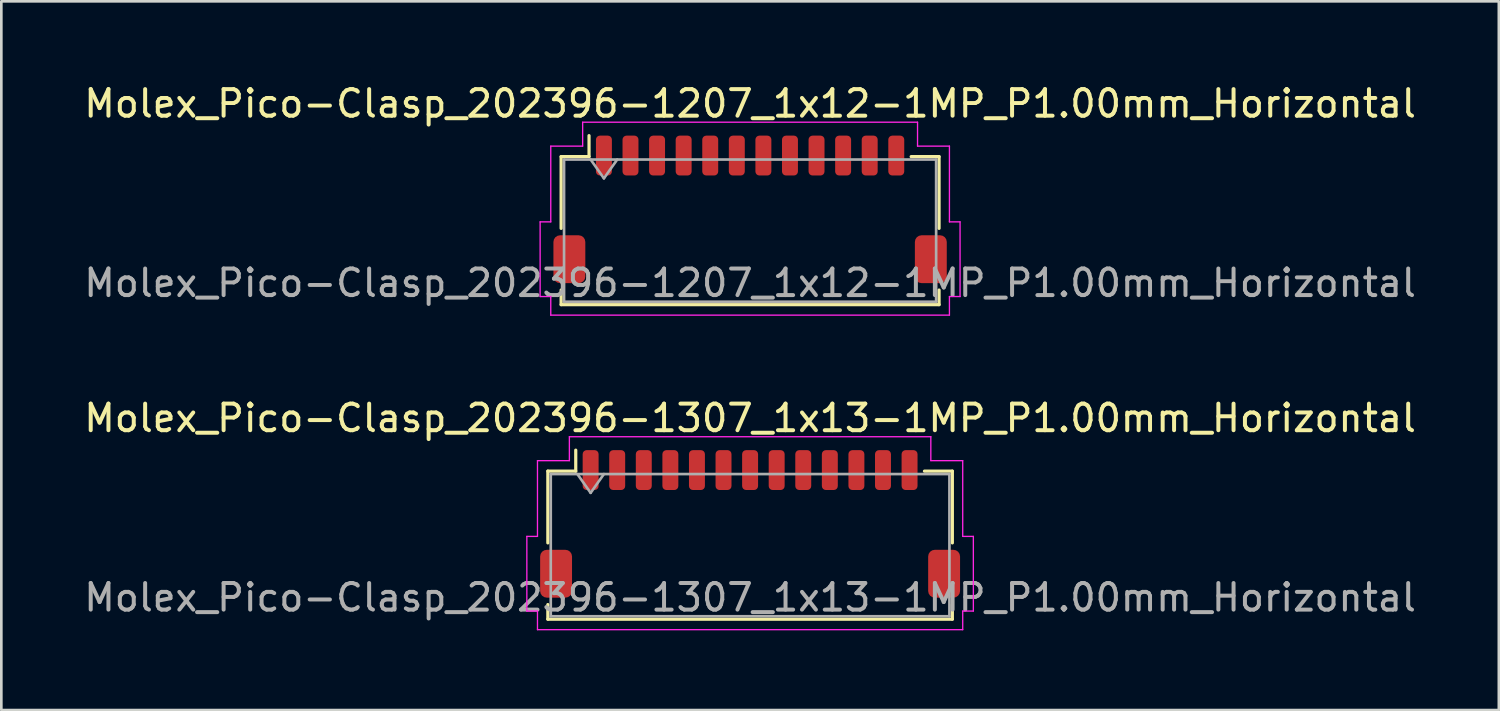
<source format=kicad_pcb>
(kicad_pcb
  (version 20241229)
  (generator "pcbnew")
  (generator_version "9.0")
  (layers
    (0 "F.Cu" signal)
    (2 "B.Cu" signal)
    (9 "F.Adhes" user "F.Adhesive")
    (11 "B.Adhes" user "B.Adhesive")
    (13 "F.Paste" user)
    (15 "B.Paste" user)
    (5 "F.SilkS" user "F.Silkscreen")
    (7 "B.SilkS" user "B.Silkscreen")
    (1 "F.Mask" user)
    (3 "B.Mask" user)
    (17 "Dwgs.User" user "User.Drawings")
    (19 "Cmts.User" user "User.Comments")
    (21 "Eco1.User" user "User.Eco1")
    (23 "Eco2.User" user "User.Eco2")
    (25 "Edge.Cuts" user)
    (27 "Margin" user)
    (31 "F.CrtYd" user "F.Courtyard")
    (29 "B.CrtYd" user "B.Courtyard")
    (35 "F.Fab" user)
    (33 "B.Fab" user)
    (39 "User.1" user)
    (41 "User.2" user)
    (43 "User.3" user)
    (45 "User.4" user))
  (footprint "Molex_Pico-Clasp_202396-1207_1x12-1MP_P1.00mm_Horizontal"
    (layer "F.Cu")
    (at 25.173 4.828)
    (property "Reference" "Molex_Pico-Clasp_202396-1207_1x12-1MP_P1.00mm_Horizontal" (at 0 -3.98 0) (layer "F.SilkS") (effects (font (size 1 1) (thickness 0.15))))
    (attr smd)
    (fp_line (start -7.11 -1.985) (end -6.06 -1.985) (stroke (width 0.12) (type solid)) (layer "F.SilkS"))
    (fp_line (start -7.11 0.715) (end -7.11 -1.985) (stroke (width 0.12) (type solid)) (layer "F.SilkS"))
    (fp_line (start -7.11 3.035) (end -7.11 3.585) (stroke (width 0.12) (type solid)) (layer "F.SilkS"))
    (fp_line (start -7.11 3.585) (end 7.11 3.585) (stroke (width 0.12) (type solid)) (layer "F.SilkS"))
    (fp_line (start -6.06 -1.985) (end -6.06 -2.775) (stroke (width 0.12) (type solid)) (layer "F.SilkS"))
    (fp_line (start 7.11 -1.985) (end 6.06 -1.985) (stroke (width 0.12) (type solid)) (layer "F.SilkS"))
    (fp_line (start 7.11 0.715) (end 7.11 -1.985) (stroke (width 0.12) (type solid)) (layer "F.SilkS"))
    (fp_line (start 7.11 3.585) (end 7.11 3.035) (stroke (width 0.12) (type solid)) (layer "F.SilkS"))
    (fp_line (start -7.9 0.47) (end -7.5 0.47) (stroke (width 0.05) (type solid)) (layer "F.CrtYd"))
    (fp_line (start -7.9 3.28) (end -7.9 0.47) (stroke (width 0.05) (type solid)) (layer "F.CrtYd"))
    (fp_line (start -7.5 -2.38) (end -6.3 -2.38) (stroke (width 0.05) (type solid)) (layer "F.CrtYd"))
    (fp_line (start -7.5 0.47) (end -7.5 -2.38) (stroke (width 0.05) (type solid)) (layer "F.CrtYd"))
    (fp_line (start -7.5 3.28) (end -7.9 3.28) (stroke (width 0.05) (type solid)) (layer "F.CrtYd"))
    (fp_line (start -7.5 3.98) (end -7.5 3.28) (stroke (width 0.05) (type solid)) (layer "F.CrtYd"))
    (fp_line (start -6.3 -3.28) (end 6.3 -3.28) (stroke (width 0.05) (type solid)) (layer "F.CrtYd"))
    (fp_line (start -6.3 -2.38) (end -6.3 -3.28) (stroke (width 0.05) (type solid)) (layer "F.CrtYd"))
    (fp_line (start 6.3 -3.28) (end 6.3 -2.38) (stroke (width 0.05) (type solid)) (layer "F.CrtYd"))
    (fp_line (start 6.3 -2.38) (end 7.5 -2.38) (stroke (width 0.05) (type solid)) (layer "F.CrtYd"))
    (fp_line (start 7.5 -2.38) (end 7.5 0.47) (stroke (width 0.05) (type solid)) (layer "F.CrtYd"))
    (fp_line (start 7.5 0.47) (end 7.9 0.47) (stroke (width 0.05) (type solid)) (layer "F.CrtYd"))
    (fp_line (start 7.5 3.28) (end 7.5 3.98) (stroke (width 0.05) (type solid)) (layer "F.CrtYd"))
    (fp_line (start 7.5 3.98) (end -7.5 3.98) (stroke (width 0.05) (type solid)) (layer "F.CrtYd"))
    (fp_line (start 7.9 0.47) (end 7.9 3.28) (stroke (width 0.05) (type solid)) (layer "F.CrtYd"))
    (fp_line (start 7.9 3.28) (end 7.5 3.28) (stroke (width 0.05) (type solid)) (layer "F.CrtYd"))
    (fp_line (start -7 -1.875) (end -7 3.475) (stroke (width 0.1) (type solid)) (layer "F.Fab"))
    (fp_line (start -7 -1.875) (end 7 -1.875) (stroke (width 0.1) (type solid)) (layer "F.Fab"))
    (fp_line (start -7 3.475) (end 7 3.475) (stroke (width 0.1) (type solid)) (layer "F.Fab"))
    (fp_line (start -6 -1.875) (end -5.5 -1.168) (stroke (width 0.1) (type solid)) (layer "F.Fab"))
    (fp_line (start -5.5 -1.168) (end -5 -1.875) (stroke (width 0.1) (type solid)) (layer "F.Fab"))
    (fp_line (start 7 -1.875) (end 7 3.475) (stroke (width 0.1) (type solid)) (layer "F.Fab"))
    (fp_text user "${REFERENCE}" (at 0 2.77 0) (layer "F.Fab") (effects (font (size 1 1) (thickness 0.15))))
    (pad "1" smd roundrect (at -5.5 -2.025) (size 0.6 1.5) (layers "F.Cu" "F.Mask" "F.Paste") (roundrect_rratio 0.25))
    (pad "2" smd roundrect (at -4.5 -2.025) (size 0.6 1.5) (layers "F.Cu" "F.Mask" "F.Paste") (roundrect_rratio 0.25))
    (pad "3" smd roundrect (at -3.5 -2.025) (size 0.6 1.5) (layers "F.Cu" "F.Mask" "F.Paste") (roundrect_rratio 0.25))
    (pad "4" smd roundrect (at -2.5 -2.025) (size 0.6 1.5) (layers "F.Cu" "F.Mask" "F.Paste") (roundrect_rratio 0.25))
    (pad "5" smd roundrect (at -1.5 -2.025) (size 0.6 1.5) (layers "F.Cu" "F.Mask" "F.Paste") (roundrect_rratio 0.25))
    (pad "6" smd roundrect (at -0.5 -2.025) (size 0.6 1.5) (layers "F.Cu" "F.Mask" "F.Paste") (roundrect_rratio 0.25))
    (pad "7" smd roundrect (at 0.5 -2.025) (size 0.6 1.5) (layers "F.Cu" "F.Mask" "F.Paste") (roundrect_rratio 0.25))
    (pad "8" smd roundrect (at 1.5 -2.025) (size 0.6 1.5) (layers "F.Cu" "F.Mask" "F.Paste") (roundrect_rratio 0.25))
    (pad "9" smd roundrect (at 2.5 -2.025) (size 0.6 1.5) (layers "F.Cu" "F.Mask" "F.Paste") (roundrect_rratio 0.25))
    (pad "10" smd roundrect (at 3.5 -2.025) (size 0.6 1.5) (layers "F.Cu" "F.Mask" "F.Paste") (roundrect_rratio 0.25))
    (pad "11" smd roundrect (at 4.5 -2.025) (size 0.6 1.5) (layers "F.Cu" "F.Mask" "F.Paste") (roundrect_rratio 0.25))
    (pad "12" smd roundrect (at 5.5 -2.025) (size 0.6 1.5) (layers "F.Cu" "F.Mask" "F.Paste") (roundrect_rratio 0.25))
    (pad "MP" smd roundrect (at -6.8 1.875) (size 1.2 1.8) (layers "F.Cu" "F.Mask" "F.Paste") (roundrect_rratio 0.208))
    (pad "MP" smd roundrect (at 6.8 1.875) (size 1.2 1.8) (layers "F.Cu" "F.Mask" "F.Paste") (roundrect_rratio 0.208)))
  (footprint "Molex_Pico-Clasp_202396-1307_1x13-1MP_P1.00mm_Horizontal"
    (layer "F.Cu")
    (at 25.173 16.662)
    (property "Reference" "Molex_Pico-Clasp_202396-1307_1x13-1MP_P1.00mm_Horizontal" (at 0 -3.98 0) (layer "F.SilkS") (effects (font (size 1 1) (thickness 0.15))))
    (attr smd)
    (fp_line (start -7.61 -1.985) (end -6.56 -1.985) (stroke (width 0.12) (type solid)) (layer "F.SilkS"))
    (fp_line (start -7.61 0.715) (end -7.61 -1.985) (stroke (width 0.12) (type solid)) (layer "F.SilkS"))
    (fp_line (start -7.61 3.035) (end -7.61 3.585) (stroke (width 0.12) (type solid)) (layer "F.SilkS"))
    (fp_line (start -7.61 3.585) (end 7.61 3.585) (stroke (width 0.12) (type solid)) (layer "F.SilkS"))
    (fp_line (start -6.56 -1.985) (end -6.56 -2.775) (stroke (width 0.12) (type solid)) (layer "F.SilkS"))
    (fp_line (start 7.61 -1.985) (end 6.56 -1.985) (stroke (width 0.12) (type solid)) (layer "F.SilkS"))
    (fp_line (start 7.61 0.715) (end 7.61 -1.985) (stroke (width 0.12) (type solid)) (layer "F.SilkS"))
    (fp_line (start 7.61 3.585) (end 7.61 3.035) (stroke (width 0.12) (type solid)) (layer "F.SilkS"))
    (fp_line (start -8.4 0.47) (end -8 0.47) (stroke (width 0.05) (type solid)) (layer "F.CrtYd"))
    (fp_line (start -8.4 3.28) (end -8.4 0.47) (stroke (width 0.05) (type solid)) (layer "F.CrtYd"))
    (fp_line (start -8 -2.38) (end -6.8 -2.38) (stroke (width 0.05) (type solid)) (layer "F.CrtYd"))
    (fp_line (start -8 0.47) (end -8 -2.38) (stroke (width 0.05) (type solid)) (layer "F.CrtYd"))
    (fp_line (start -8 3.28) (end -8.4 3.28) (stroke (width 0.05) (type solid)) (layer "F.CrtYd"))
    (fp_line (start -8 3.98) (end -8 3.28) (stroke (width 0.05) (type solid)) (layer "F.CrtYd"))
    (fp_line (start -6.8 -3.28) (end 6.8 -3.28) (stroke (width 0.05) (type solid)) (layer "F.CrtYd"))
    (fp_line (start -6.8 -2.38) (end -6.8 -3.28) (stroke (width 0.05) (type solid)) (layer "F.CrtYd"))
    (fp_line (start 6.8 -3.28) (end 6.8 -2.38) (stroke (width 0.05) (type solid)) (layer "F.CrtYd"))
    (fp_line (start 6.8 -2.38) (end 8 -2.38) (stroke (width 0.05) (type solid)) (layer "F.CrtYd"))
    (fp_line (start 8 -2.38) (end 8 0.47) (stroke (width 0.05) (type solid)) (layer "F.CrtYd"))
    (fp_line (start 8 0.47) (end 8.4 0.47) (stroke (width 0.05) (type solid)) (layer "F.CrtYd"))
    (fp_line (start 8 3.28) (end 8 3.98) (stroke (width 0.05) (type solid)) (layer "F.CrtYd"))
    (fp_line (start 8 3.98) (end -8 3.98) (stroke (width 0.05) (type solid)) (layer "F.CrtYd"))
    (fp_line (start 8.4 0.47) (end 8.4 3.28) (stroke (width 0.05) (type solid)) (layer "F.CrtYd"))
    (fp_line (start 8.4 3.28) (end 8 3.28) (stroke (width 0.05) (type solid)) (layer "F.CrtYd"))
    (fp_line (start -7.5 -1.875) (end -7.5 3.475) (stroke (width 0.1) (type solid)) (layer "F.Fab"))
    (fp_line (start -7.5 -1.875) (end 7.5 -1.875) (stroke (width 0.1) (type solid)) (layer "F.Fab"))
    (fp_line (start -7.5 3.475) (end 7.5 3.475) (stroke (width 0.1) (type solid)) (layer "F.Fab"))
    (fp_line (start -6.5 -1.875) (end -6 -1.168) (stroke (width 0.1) (type solid)) (layer "F.Fab"))
    (fp_line (start -6 -1.168) (end -5.5 -1.875) (stroke (width 0.1) (type solid)) (layer "F.Fab"))
    (fp_line (start 7.5 -1.875) (end 7.5 3.475) (stroke (width 0.1) (type solid)) (layer "F.Fab"))
    (fp_text user "${REFERENCE}" (at 0 2.77 0) (layer "F.Fab") (effects (font (size 1 1) (thickness 0.15))))
    (pad "1" smd roundrect (at -6 -2.025) (size 0.6 1.5) (layers "F.Cu" "F.Mask" "F.Paste") (roundrect_rratio 0.25))
    (pad "2" smd roundrect (at -5 -2.025) (size 0.6 1.5) (layers "F.Cu" "F.Mask" "F.Paste") (roundrect_rratio 0.25))
    (pad "3" smd roundrect (at -4 -2.025) (size 0.6 1.5) (layers "F.Cu" "F.Mask" "F.Paste") (roundrect_rratio 0.25))
    (pad "4" smd roundrect (at -3 -2.025) (size 0.6 1.5) (layers "F.Cu" "F.Mask" "F.Paste") (roundrect_rratio 0.25))
    (pad "5" smd roundrect (at -2 -2.025) (size 0.6 1.5) (layers "F.Cu" "F.Mask" "F.Paste") (roundrect_rratio 0.25))
    (pad "6" smd roundrect (at -1 -2.025) (size 0.6 1.5) (layers "F.Cu" "F.Mask" "F.Paste") (roundrect_rratio 0.25))
    (pad "7" smd roundrect (at 0 -2.025) (size 0.6 1.5) (layers "F.Cu" "F.Mask" "F.Paste") (roundrect_rratio 0.25))
    (pad "8" smd roundrect (at 1 -2.025) (size 0.6 1.5) (layers "F.Cu" "F.Mask" "F.Paste") (roundrect_rratio 0.25))
    (pad "9" smd roundrect (at 2 -2.025) (size 0.6 1.5) (layers "F.Cu" "F.Mask" "F.Paste") (roundrect_rratio 0.25))
    (pad "10" smd roundrect (at 3 -2.025) (size 0.6 1.5) (layers "F.Cu" "F.Mask" "F.Paste") (roundrect_rratio 0.25))
    (pad "11" smd roundrect (at 4 -2.025) (size 0.6 1.5) (layers "F.Cu" "F.Mask" "F.Paste") (roundrect_rratio 0.25))
    (pad "12" smd roundrect (at 5 -2.025) (size 0.6 1.5) (layers "F.Cu" "F.Mask" "F.Paste") (roundrect_rratio 0.25))
    (pad "13" smd roundrect (at 6 -2.025) (size 0.6 1.5) (layers "F.Cu" "F.Mask" "F.Paste") (roundrect_rratio 0.25))
    (pad "MP" smd roundrect (at -7.3 1.875) (size 1.2 1.8) (layers "F.Cu" "F.Mask" "F.Paste") (roundrect_rratio 0.208))
    (pad "MP" smd roundrect (at 7.3 1.875) (size 1.2 1.8) (layers "F.Cu" "F.Mask" "F.Paste") (roundrect_rratio 0.208)))
  (gr_rect
    (start -3 -3)
    (end 53.345 23.666)
    (stroke (width 0.1) (type default))
    (fill no)
    (layer "Edge.Cuts")))
</source>
